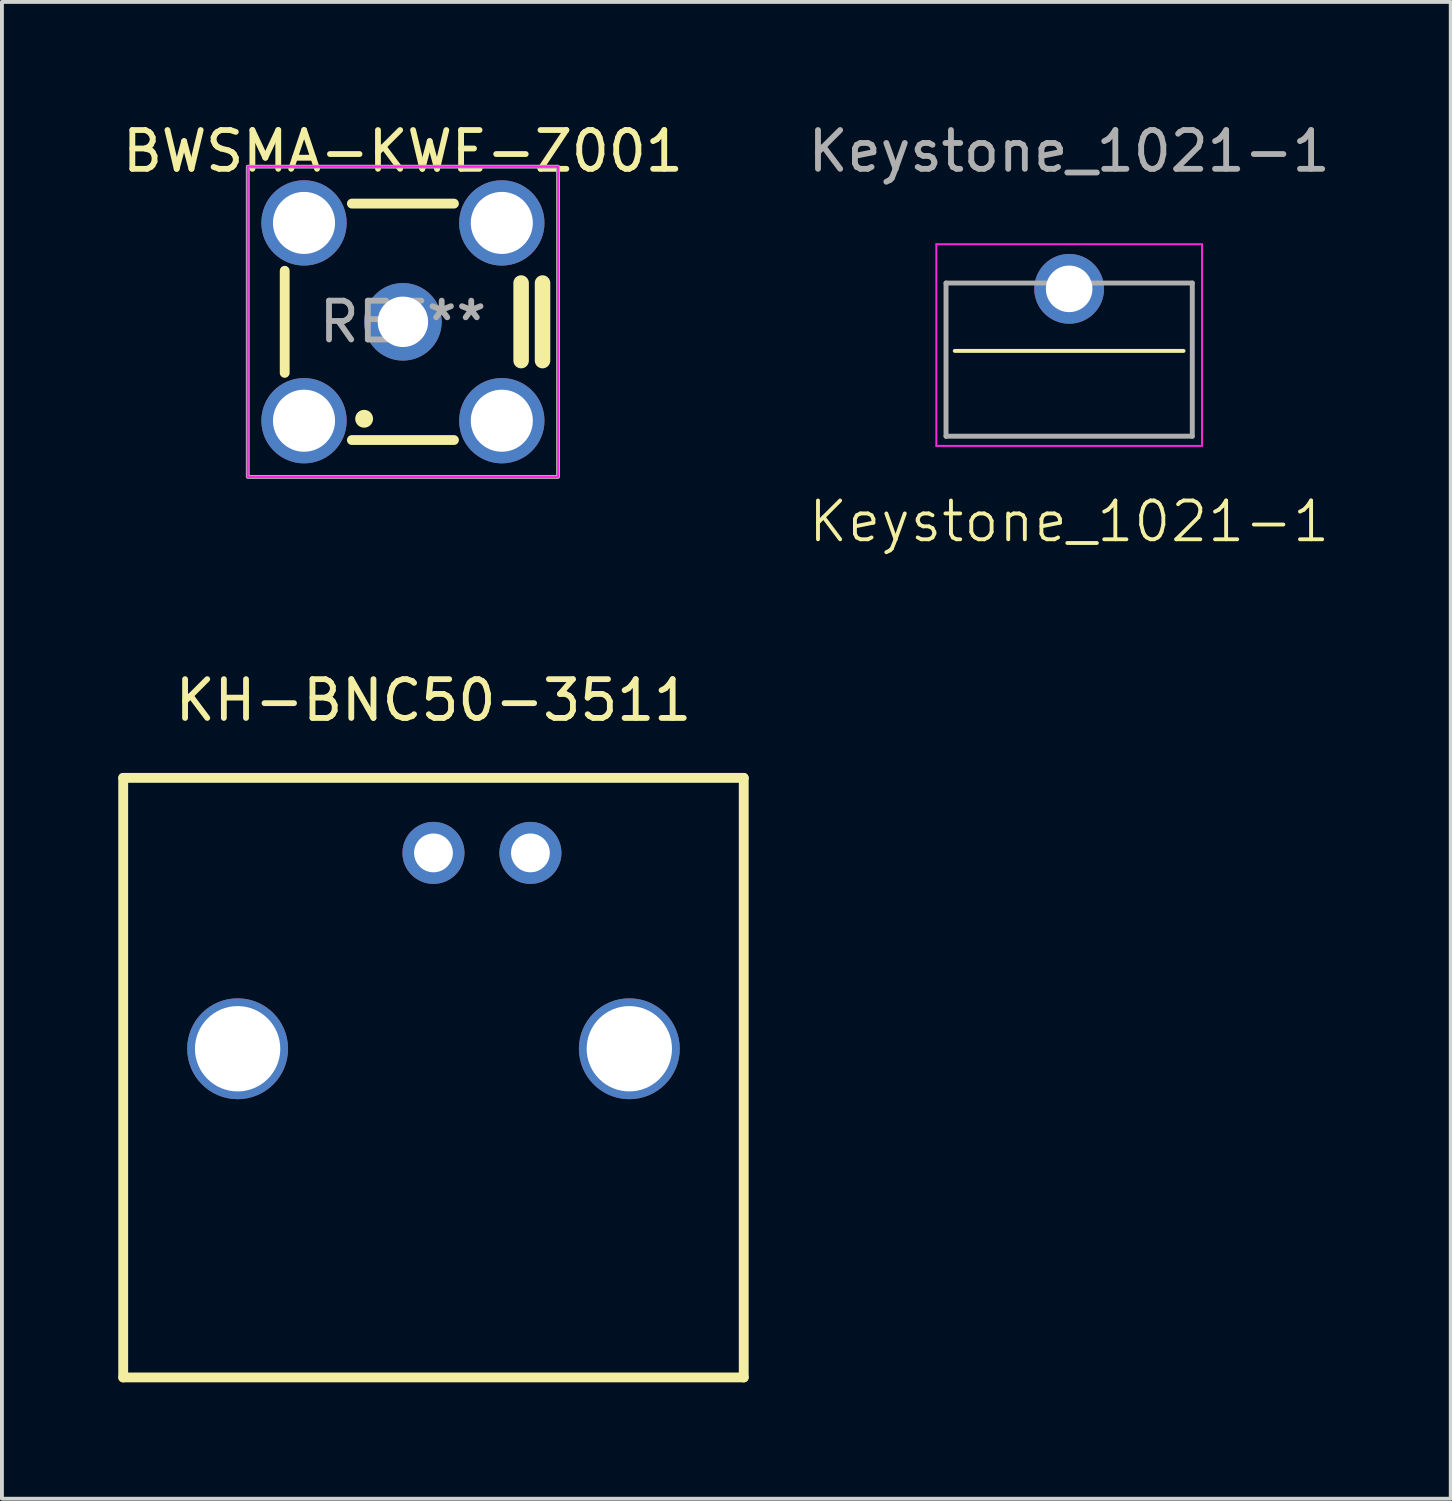
<source format=kicad_pcb>
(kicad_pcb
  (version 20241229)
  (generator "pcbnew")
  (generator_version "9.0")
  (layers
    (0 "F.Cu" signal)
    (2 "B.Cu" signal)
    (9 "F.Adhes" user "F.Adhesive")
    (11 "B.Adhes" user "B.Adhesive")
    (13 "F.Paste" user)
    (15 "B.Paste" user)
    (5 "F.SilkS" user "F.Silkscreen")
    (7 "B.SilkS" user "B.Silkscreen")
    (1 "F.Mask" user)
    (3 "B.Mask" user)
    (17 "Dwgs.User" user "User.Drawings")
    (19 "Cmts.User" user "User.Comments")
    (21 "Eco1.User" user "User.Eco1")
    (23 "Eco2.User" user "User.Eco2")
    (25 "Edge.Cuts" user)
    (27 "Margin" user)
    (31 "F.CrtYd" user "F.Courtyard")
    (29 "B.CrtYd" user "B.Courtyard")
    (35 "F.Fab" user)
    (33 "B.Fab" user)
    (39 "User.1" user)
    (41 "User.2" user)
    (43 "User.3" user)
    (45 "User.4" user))
  (footprint "BWSMA-KWE-Z001"
    (layer "F.Cu")
    (at 7.339 5.248)
    (property "Reference" "BWSMA-KWE-Z001" (at 0 -4.4 0) (layer "F.SilkS") (effects (font (size 1 1) (thickness 0.15))))
    (attr through_hole)
    (fp_line (start -3.048 -1.316) (end -3.048 1.316) (stroke (width 0.254) (type solid)) (layer "F.SilkS"))
    (fp_line (start -1.316 3.048) (end 1.316 3.048) (stroke (width 0.254) (type solid)) (layer "F.SilkS"))
    (fp_line (start 1.316 -3.048) (end -1.316 -3.048) (stroke (width 0.254) (type solid)) (layer "F.SilkS"))
    (fp_line (start 3.048 1) (end 3.048 -1) (stroke (width 0.4) (type solid)) (layer "F.SilkS"))
    (fp_line (start 3.6 1) (end 3.6 -1) (stroke (width 0.4) (type solid)) (layer "F.SilkS"))
    (fp_circle (center -1 2.5) (end -0.8 2.5) (stroke (width 0.06) (type solid)) (fill yes) (layer "F.SilkS"))
    (fp_rect (start -4 -4) (end 4 4) (stroke (width 0.05) (type default)) (fill no) (layer "F.CrtYd"))
    (fp_rect (start -4 -4) (end 4 4) (stroke (width 0.1) (type default)) (fill no) (layer "F.Fab"))
    (fp_text user "REF**" (at 0 0 0) (layer "F.Fab") (effects (font (size 1 1) (thickness 0.15))))
    (pad "1" thru_hole circle (at -2.55 2.55) (size 2.2 2.2) (drill 1.6) (layers "*.Cu" "*.Mask"))
    (pad "2" thru_hole circle (at -2.55 -2.55) (size 2.2 2.2) (drill 1.6) (layers "*.Cu" "*.Mask"))
    (pad "3" thru_hole circle (at 2.55 -2.55) (size 2.2 2.2) (drill 1.6) (layers "*.Cu" "*.Mask"))
    (pad "4" thru_hole circle (at 2.55 2.55) (size 2.2 2.2) (drill 1.6) (layers "*.Cu" "*.Mask"))
    (pad "5" thru_hole circle (at -0.000127 -0.000127) (size 2 2) (drill 1.3) (layers "*.Cu" "*.Mask")))
  (footprint "KH-BNC50-3511"
    (layer "F.Cu")
    (at 8.127 21.467)
    (property "Reference" "KH-BNC50-3511" (at 0 -6.46 0) (layer "F.SilkS") (effects (font (size 1 1) (thickness 0.15))))
    (attr through_hole)
    (fp_line (start -8 -4.46) (end -8 11) (stroke (width 0.254) (type solid)) (layer "F.SilkS"))
    (fp_line (start -8 11) (end 8 11) (stroke (width 0.254) (type solid)) (layer "F.SilkS"))
    (fp_line (start 8 -4.46) (end -8 -4.46) (stroke (width 0.254) (type solid)) (layer "F.SilkS"))
    (fp_line (start 8 11) (end 8 -4.46) (stroke (width 0.254) (type solid)) (layer "F.SilkS"))
    (fp_circle (center -7.35 -4.46) (end -7.32 -4.46) (stroke (width 0.06) (type solid)) (fill no) (layer "F.SilkS"))
    (pad "1" thru_hole circle (at 0 -2.525) (size 1.6 1.6) (drill 1) (layers "*.Cu" "*.Mask"))
    (pad "2" thru_hole circle (at 2.5 -2.525) (size 1.6 1.6) (drill 1) (layers "*.Cu" "*.Mask"))
    (pad "3" thru_hole circle (at 5.05 2.525) (size 2.601 2.601) (drill 2.2) (layers "*.Cu" "*.Mask"))
    (pad "4" thru_hole circle (at -5.05 2.525) (size 2.601 2.601) (drill 2.2) (layers "*.Cu" "*.Mask")))
  (footprint "Keystone_1021-1"
    (layer "F.Cu")
    (at 24.518 4.398)
    (property "Reference" "Keystone_1021-1" (at 0 6 0) (unlocked yes) (layer "F.SilkS") (effects (font (size 1 1) (thickness 0.1))))
    (attr through_hole)
    (fp_line (start -2.95 1.6) (end 2.95 1.6) (stroke (width 0.1) (type default)) (layer "F.SilkS"))
    (fp_line (start -3.425 -1.15) (end -3.425 4.05) (stroke (width 0.05) (type solid)) (layer "F.CrtYd"))
    (fp_line (start -3.425 4.05) (end 3.425 4.05) (stroke (width 0.05) (type solid)) (layer "F.CrtYd"))
    (fp_line (start 3.425 -1.15) (end -3.425 -1.15) (stroke (width 0.05) (type solid)) (layer "F.CrtYd"))
    (fp_line (start 3.425 4.05) (end 3.425 -1.15) (stroke (width 0.05) (type solid)) (layer "F.CrtYd"))
    (fp_line (start -3.175 -0.15) (end 3.175 -0.15) (stroke (width 0.127) (type solid)) (layer "F.Fab"))
    (fp_line (start -3.175 3.8) (end -3.175 -0.15) (stroke (width 0.127) (type solid)) (layer "F.Fab"))
    (fp_line (start 3.175 -0.15) (end 3.175 3.8) (stroke (width 0.127) (type solid)) (layer "F.Fab"))
    (fp_line (start 3.175 3.8) (end -3.175 3.8) (stroke (width 0.127) (type solid)) (layer "F.Fab"))
    (fp_text user "Keystone_1021-1" (at 0 -3.55 180) (layer "F.Fab") (effects (font (size 1 1) (thickness 0.15))))
    (pad "1" thru_hole circle (at 0 0) (size 1.8 1.8) (drill 1.2) (layers "*.Cu" "*.Mask")))
  (gr_rect
    (start -3 -3)
    (end 34.357 35.594)
    (stroke (width 0.1) (type default))
    (fill no)
    (layer "Edge.Cuts")))
</source>
